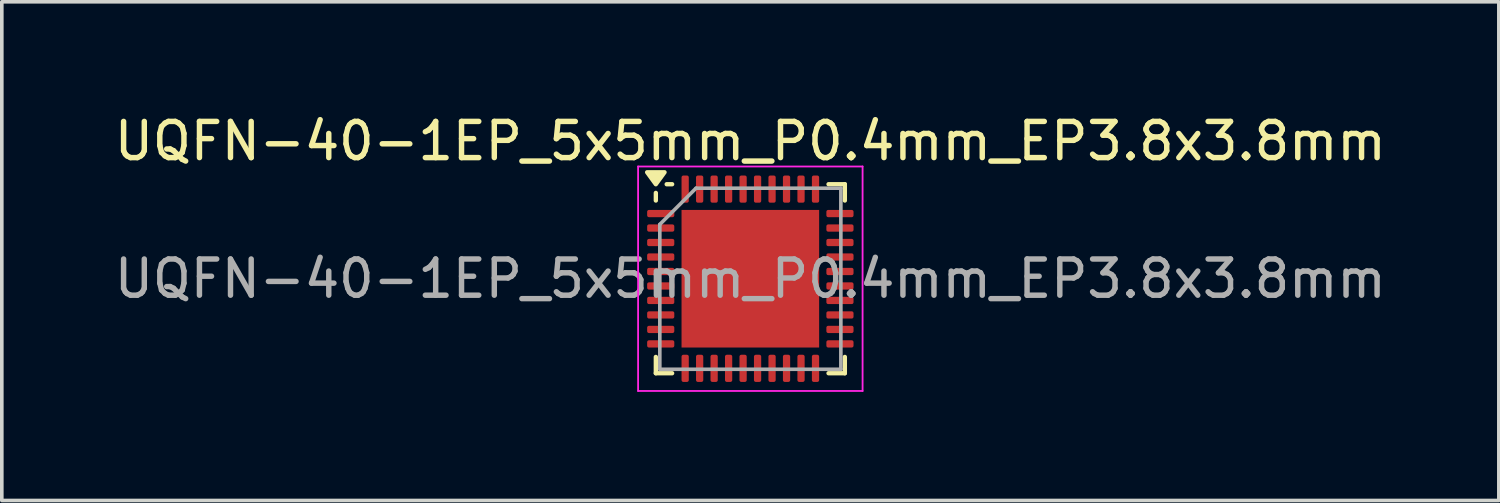
<source format=kicad_pcb>
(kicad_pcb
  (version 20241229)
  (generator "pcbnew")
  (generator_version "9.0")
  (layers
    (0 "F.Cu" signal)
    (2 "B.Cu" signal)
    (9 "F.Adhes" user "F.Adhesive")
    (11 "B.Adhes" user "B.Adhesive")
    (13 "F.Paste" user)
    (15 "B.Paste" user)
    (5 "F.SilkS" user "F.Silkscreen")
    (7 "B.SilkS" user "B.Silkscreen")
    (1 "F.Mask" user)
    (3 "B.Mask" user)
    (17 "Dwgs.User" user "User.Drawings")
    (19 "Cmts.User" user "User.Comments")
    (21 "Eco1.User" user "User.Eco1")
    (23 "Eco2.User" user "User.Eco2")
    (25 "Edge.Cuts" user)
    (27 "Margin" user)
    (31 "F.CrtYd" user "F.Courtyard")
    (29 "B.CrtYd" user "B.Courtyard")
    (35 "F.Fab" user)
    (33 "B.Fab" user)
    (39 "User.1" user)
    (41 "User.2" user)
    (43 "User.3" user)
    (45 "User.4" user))
  (footprint "UQFN-40-1EP_5x5mm_P0.4mm_EP3.8x3.8mm"
    (layer "F.Cu")
    (at 17.673 4.648)
    (property "Reference" "UQFN-40-1EP_5x5mm_P0.4mm_EP3.8x3.8mm" (at 0 -3.8 0) (layer "F.SilkS") (effects (font (size 1 1) (thickness 0.15))))
    (attr smd)
    (fp_line (start -2.61 -2.16) (end -2.61 -2.37) (stroke (width 0.12) (type solid)) (layer "F.SilkS"))
    (fp_line (start -2.61 2.61) (end -2.61 2.16) (stroke (width 0.12) (type solid)) (layer "F.SilkS"))
    (fp_line (start -2.16 -2.61) (end -2.31 -2.61) (stroke (width 0.12) (type solid)) (layer "F.SilkS"))
    (fp_line (start -2.16 2.61) (end -2.61 2.61) (stroke (width 0.12) (type solid)) (layer "F.SilkS"))
    (fp_line (start 2.16 -2.61) (end 2.61 -2.61) (stroke (width 0.12) (type solid)) (layer "F.SilkS"))
    (fp_line (start 2.16 2.61) (end 2.61 2.61) (stroke (width 0.12) (type solid)) (layer "F.SilkS"))
    (fp_line (start 2.61 -2.61) (end 2.61 -2.16) (stroke (width 0.12) (type solid)) (layer "F.SilkS"))
    (fp_line (start 2.61 2.61) (end 2.61 2.16) (stroke (width 0.12) (type solid)) (layer "F.SilkS"))
    (fp_poly (pts (xy -2.61 -2.61) (xy -2.85 -2.94) (xy -2.37 -2.94) (xy -2.61 -2.61)) (stroke (width 0.12) (type solid)) (fill yes) (layer "F.SilkS"))
    (fp_line (start -3.1 -3.1) (end -3.1 3.1) (stroke (width 0.05) (type solid)) (layer "F.CrtYd"))
    (fp_line (start -3.1 3.1) (end 3.1 3.1) (stroke (width 0.05) (type solid)) (layer "F.CrtYd"))
    (fp_line (start 3.1 -3.1) (end -3.1 -3.1) (stroke (width 0.05) (type solid)) (layer "F.CrtYd"))
    (fp_line (start 3.1 3.1) (end 3.1 -3.1) (stroke (width 0.05) (type solid)) (layer "F.CrtYd"))
    (fp_line (start -2.5 -1.5) (end -1.5 -2.5) (stroke (width 0.1) (type solid)) (layer "F.Fab"))
    (fp_line (start -2.5 2.5) (end -2.5 -1.5) (stroke (width 0.1) (type solid)) (layer "F.Fab"))
    (fp_line (start -1.5 -2.5) (end 2.5 -2.5) (stroke (width 0.1) (type solid)) (layer "F.Fab"))
    (fp_line (start 2.5 -2.5) (end 2.5 2.5) (stroke (width 0.1) (type solid)) (layer "F.Fab"))
    (fp_line (start 2.5 2.5) (end -2.5 2.5) (stroke (width 0.1) (type solid)) (layer "F.Fab"))
    (fp_text user "${REFERENCE}" (at 0 0 0) (layer "F.Fab") (effects (font (size 1 1) (thickness 0.15))))
    (pad "" smd roundrect (at -1.27 -1.27) (size 1.02 1.02) (layers "F.Paste") (roundrect_rratio 0.245))
    (pad "" smd roundrect (at -1.27 0) (size 1.02 1.02) (layers "F.Paste") (roundrect_rratio 0.245))
    (pad "" smd roundrect (at -1.27 1.27) (size 1.02 1.02) (layers "F.Paste") (roundrect_rratio 0.245))
    (pad "" smd roundrect (at 0 -1.27) (size 1.02 1.02) (layers "F.Paste") (roundrect_rratio 0.245))
    (pad "" smd roundrect (at 0 0) (size 1.02 1.02) (layers "F.Paste") (roundrect_rratio 0.245))
    (pad "" smd roundrect (at 0 1.27) (size 1.02 1.02) (layers "F.Paste") (roundrect_rratio 0.245))
    (pad "" smd roundrect (at 1.27 -1.27) (size 1.02 1.02) (layers "F.Paste") (roundrect_rratio 0.245))
    (pad "" smd roundrect (at 1.27 0) (size 1.02 1.02) (layers "F.Paste") (roundrect_rratio 0.245))
    (pad "" smd roundrect (at 1.27 1.27) (size 1.02 1.02) (layers "F.Paste") (roundrect_rratio 0.245))
    (pad "1" smd roundrect (at -2.475 -1.8) (size 0.75 0.2) (layers "F.Cu" "F.Mask" "F.Paste") (roundrect_rratio 0.25))
    (pad "2" smd roundrect (at -2.475 -1.4) (size 0.75 0.2) (layers "F.Cu" "F.Mask" "F.Paste") (roundrect_rratio 0.25))
    (pad "3" smd roundrect (at -2.475 -1) (size 0.75 0.2) (layers "F.Cu" "F.Mask" "F.Paste") (roundrect_rratio 0.25))
    (pad "4" smd roundrect (at -2.475 -0.6) (size 0.75 0.2) (layers "F.Cu" "F.Mask" "F.Paste") (roundrect_rratio 0.25))
    (pad "5" smd roundrect (at -2.475 -0.2) (size 0.75 0.2) (layers "F.Cu" "F.Mask" "F.Paste") (roundrect_rratio 0.25))
    (pad "6" smd roundrect (at -2.475 0.2) (size 0.75 0.2) (layers "F.Cu" "F.Mask" "F.Paste") (roundrect_rratio 0.25))
    (pad "7" smd roundrect (at -2.475 0.6) (size 0.75 0.2) (layers "F.Cu" "F.Mask" "F.Paste") (roundrect_rratio 0.25))
    (pad "8" smd roundrect (at -2.475 1) (size 0.75 0.2) (layers "F.Cu" "F.Mask" "F.Paste") (roundrect_rratio 0.25))
    (pad "9" smd roundrect (at -2.475 1.4) (size 0.75 0.2) (layers "F.Cu" "F.Mask" "F.Paste") (roundrect_rratio 0.25))
    (pad "10" smd roundrect (at -2.475 1.8) (size 0.75 0.2) (layers "F.Cu" "F.Mask" "F.Paste") (roundrect_rratio 0.25))
    (pad "11" smd roundrect (at -1.8 2.475) (size 0.2 0.75) (layers "F.Cu" "F.Mask" "F.Paste") (roundrect_rratio 0.25))
    (pad "12" smd roundrect (at -1.4 2.475) (size 0.2 0.75) (layers "F.Cu" "F.Mask" "F.Paste") (roundrect_rratio 0.25))
    (pad "13" smd roundrect (at -1 2.475) (size 0.2 0.75) (layers "F.Cu" "F.Mask" "F.Paste") (roundrect_rratio 0.25))
    (pad "14" smd roundrect (at -0.6 2.475) (size 0.2 0.75) (layers "F.Cu" "F.Mask" "F.Paste") (roundrect_rratio 0.25))
    (pad "15" smd roundrect (at -0.2 2.475) (size 0.2 0.75) (layers "F.Cu" "F.Mask" "F.Paste") (roundrect_rratio 0.25))
    (pad "16" smd roundrect (at 0.2 2.475) (size 0.2 0.75) (layers "F.Cu" "F.Mask" "F.Paste") (roundrect_rratio 0.25))
    (pad "17" smd roundrect (at 0.6 2.475) (size 0.2 0.75) (layers "F.Cu" "F.Mask" "F.Paste") (roundrect_rratio 0.25))
    (pad "18" smd roundrect (at 1 2.475) (size 0.2 0.75) (layers "F.Cu" "F.Mask" "F.Paste") (roundrect_rratio 0.25))
    (pad "19" smd roundrect (at 1.4 2.475) (size 0.2 0.75) (layers "F.Cu" "F.Mask" "F.Paste") (roundrect_rratio 0.25))
    (pad "20" smd roundrect (at 1.8 2.475) (size 0.2 0.75) (layers "F.Cu" "F.Mask" "F.Paste") (roundrect_rratio 0.25))
    (pad "21" smd roundrect (at 2.475 1.8) (size 0.75 0.2) (layers "F.Cu" "F.Mask" "F.Paste") (roundrect_rratio 0.25))
    (pad "22" smd roundrect (at 2.475 1.4) (size 0.75 0.2) (layers "F.Cu" "F.Mask" "F.Paste") (roundrect_rratio 0.25))
    (pad "23" smd roundrect (at 2.475 1) (size 0.75 0.2) (layers "F.Cu" "F.Mask" "F.Paste") (roundrect_rratio 0.25))
    (pad "24" smd roundrect (at 2.475 0.6) (size 0.75 0.2) (layers "F.Cu" "F.Mask" "F.Paste") (roundrect_rratio 0.25))
    (pad "25" smd roundrect (at 2.475 0.2) (size 0.75 0.2) (layers "F.Cu" "F.Mask" "F.Paste") (roundrect_rratio 0.25))
    (pad "26" smd roundrect (at 2.475 -0.2) (size 0.75 0.2) (layers "F.Cu" "F.Mask" "F.Paste") (roundrect_rratio 0.25))
    (pad "27" smd roundrect (at 2.475 -0.6) (size 0.75 0.2) (layers "F.Cu" "F.Mask" "F.Paste") (roundrect_rratio 0.25))
    (pad "28" smd roundrect (at 2.475 -1) (size 0.75 0.2) (layers "F.Cu" "F.Mask" "F.Paste") (roundrect_rratio 0.25))
    (pad "29" smd roundrect (at 2.475 -1.4) (size 0.75 0.2) (layers "F.Cu" "F.Mask" "F.Paste") (roundrect_rratio 0.25))
    (pad "30" smd roundrect (at 2.475 -1.8) (size 0.75 0.2) (layers "F.Cu" "F.Mask" "F.Paste") (roundrect_rratio 0.25))
    (pad "31" smd roundrect (at 1.8 -2.475) (size 0.2 0.75) (layers "F.Cu" "F.Mask" "F.Paste") (roundrect_rratio 0.25))
    (pad "32" smd roundrect (at 1.4 -2.475) (size 0.2 0.75) (layers "F.Cu" "F.Mask" "F.Paste") (roundrect_rratio 0.25))
    (pad "33" smd roundrect (at 1 -2.475) (size 0.2 0.75) (layers "F.Cu" "F.Mask" "F.Paste") (roundrect_rratio 0.25))
    (pad "34" smd roundrect (at 0.6 -2.475) (size 0.2 0.75) (layers "F.Cu" "F.Mask" "F.Paste") (roundrect_rratio 0.25))
    (pad "35" smd roundrect (at 0.2 -2.475) (size 0.2 0.75) (layers "F.Cu" "F.Mask" "F.Paste") (roundrect_rratio 0.25))
    (pad "36" smd roundrect (at -0.2 -2.475) (size 0.2 0.75) (layers "F.Cu" "F.Mask" "F.Paste") (roundrect_rratio 0.25))
    (pad "37" smd roundrect (at -0.6 -2.475) (size 0.2 0.75) (layers "F.Cu" "F.Mask" "F.Paste") (roundrect_rratio 0.25))
    (pad "38" smd roundrect (at -1 -2.475) (size 0.2 0.75) (layers "F.Cu" "F.Mask" "F.Paste") (roundrect_rratio 0.25))
    (pad "39" smd roundrect (at -1.4 -2.475) (size 0.2 0.75) (layers "F.Cu" "F.Mask" "F.Paste") (roundrect_rratio 0.25))
    (pad "40" smd roundrect (at -1.8 -2.475) (size 0.2 0.75) (layers "F.Cu" "F.Mask" "F.Paste") (roundrect_rratio 0.25))
    (pad "41" smd rect (at 0 0) (size 3.8 3.8) (property pad_prop_heatsink) (layers "F.Cu" "F.Mask")))
  (gr_rect
    (start -3 -3)
    (end 38.345 10.773)
    (stroke (width 0.1) (type default))
    (fill no)
    (layer "Edge.Cuts")))
</source>
